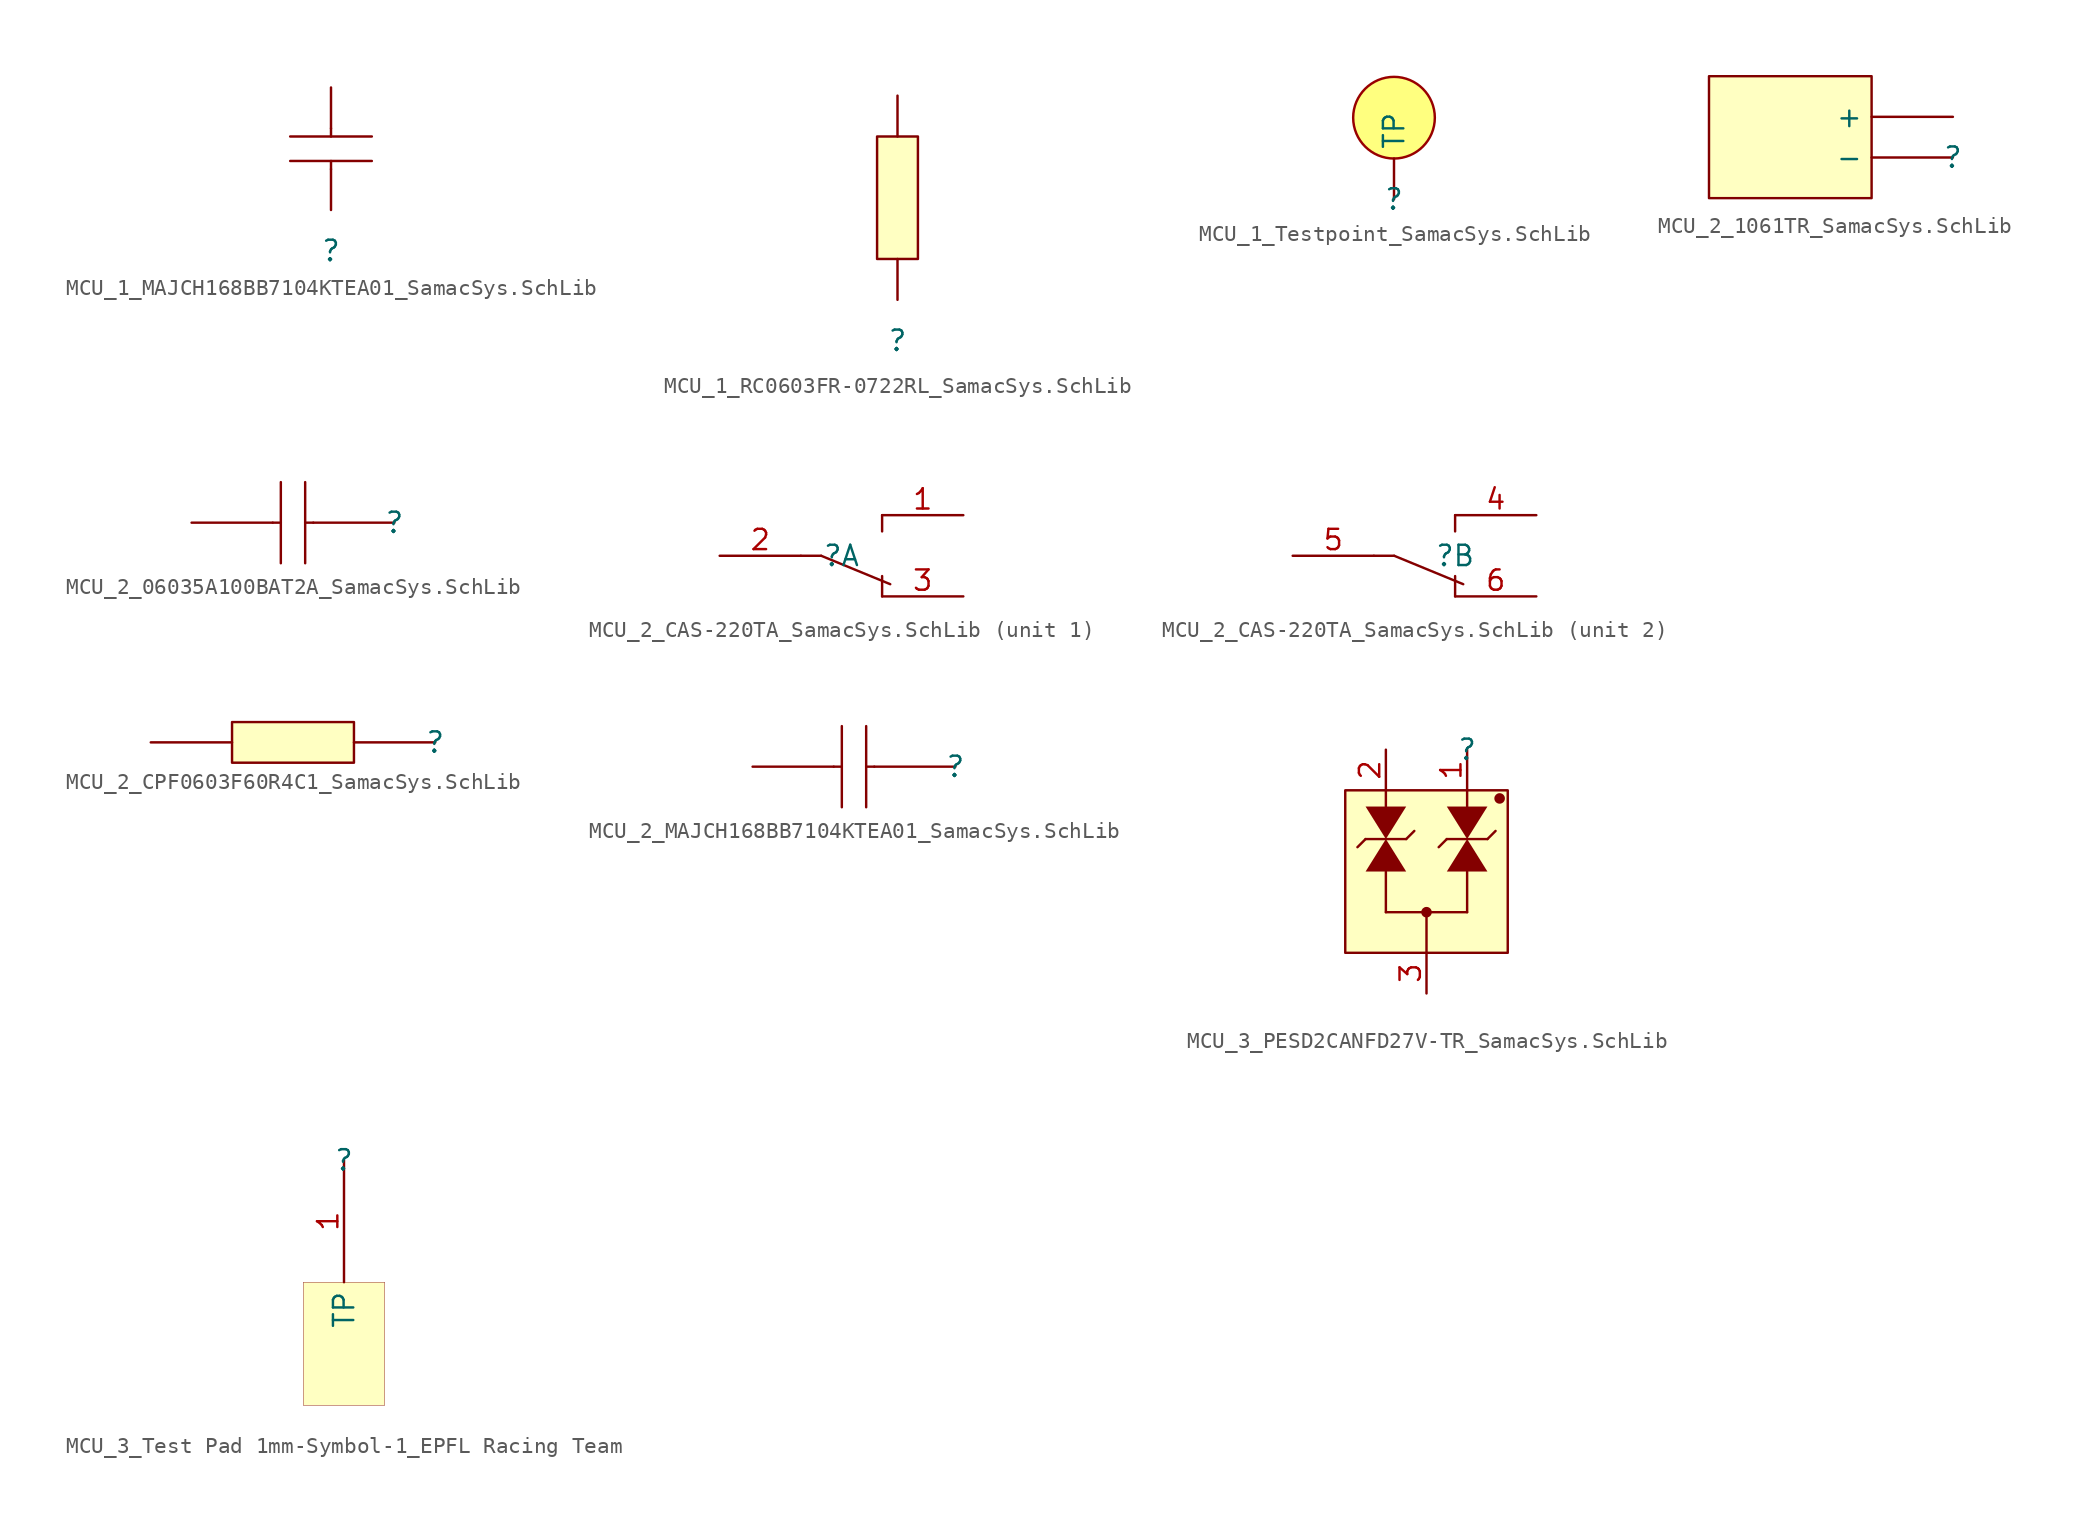
<source format=kicad_sym>
(kicad_symbol_lib
  (version 20241209)
  (generator "kicad_symbol_editor")
  (generator_version "9.0")
  (symbol "MCU_1_MAJCH168BB7104KTEA01_SamacSys.SchLib"
    (pin_numbers
      (hide yes))
    (pin_names
      (hide yes))
    (property "Reference" ""
      (at 0 0 0)
      (effects (font (size 1.27 1.27))))
    (property "Value" ""
      (at 0 0 0)
      (effects (font (size 1.27 1.27))))
    (symbol "MCU_1_MAJCH168BB7104KTEA01_SamacSys.SchLib_1_0"
      (polyline (pts (xy -2.54 7.112) (xy 2.54 7.112)) (stroke (width 0) (type solid)) (fill (type none)))
      (polyline (pts (xy -2.54 5.588) (xy 2.54 5.588)) (stroke (width 0) (type solid)) (fill (type none)))
      (polyline (pts (xy 0 7.112) (xy 0 7.62)) (stroke (width 0) (type solid)) (fill (type none)))
      (polyline (pts (xy 0 5.08) (xy 0 5.588)) (stroke (width 0) (type solid)) (fill (type none)))
      (pin passive line (at 0 10.16 270) (length 2.54) (name "2" (effects (font (size 1.27 1.27)))) (number "2" (effects (font (size 1.27 1.27)))))
      (pin passive line (at 0 2.54 90) (length 2.54) (name "1" (effects (font (size 1.27 1.27)))) (number "1" (effects (font (size 1.27 1.27)))))))
  (symbol "MCU_1_RC0603FR-0722RL_SamacSys.SchLib"
    (pin_numbers
      (hide yes))
    (pin_names
      (hide yes))
    (property "Reference" ""
      (at 0 0 0)
      (effects (font (size 1.27 1.27))))
    (property "Value" ""
      (at 0 0 0)
      (effects (font (size 1.27 1.27))))
    (symbol "MCU_1_RC0603FR-0722RL_SamacSys.SchLib_1_0"
      (rectangle (start 1.27 12.7) (end -1.27 5.08) (stroke (width 0) (type solid) (color 128 0 0 1)) (fill (type background)))
      (pin passive line (at 0 15.24 270) (length 2.54) (name "2" (effects (font (size 1.27 1.27)))) (number "2" (effects (font (size 1.27 1.27)))))
      (pin passive line (at 0 2.54 90) (length 2.54) (name "1" (effects (font (size 1.27 1.27)))) (number "1" (effects (font (size 1.27 1.27)))))))
  (symbol "MCU_1_Testpoint_SamacSys.SchLib"
    (pin_numbers
      (hide yes))
    (property "Reference" ""
      (at 0 0 0)
      (effects (font (size 1.27 1.27))))
    (property "Value" ""
      (at 0 0 0)
      (effects (font (size 1.27 1.27))))
    (symbol "MCU_1_Testpoint_SamacSys.SchLib_1_0"
      (circle (center 0 5.08) (radius 2.54) (stroke (width 0) (type solid) (color 152 0 0 1)) (fill (type color) (color 255 255 0 0.5)))
      (pin passive line (at 0 0 90) (length 2.54) (name "TP" (effects (font (size 1.27 1.27)))) (number "1" (effects (font (size 1.27 1.27)))))))
  (symbol "MCU_2_1061TR_SamacSys.SchLib"
    (pin_numbers
      (hide yes))
    (property "Reference" ""
      (at 0 0 0)
      (effects (font (size 1.27 1.27))))
    (property "Value" ""
      (at 0 0 0)
      (effects (font (size 1.27 1.27))))
    (symbol "MCU_2_1061TR_SamacSys.SchLib_1_0"
      (rectangle (start -5.08 5.08) (end -15.24 -2.54) (stroke (width 0) (type solid) (color 128 0 0 1)) (fill (type background)))
      (pin passive line (at 0 2.54 180) (length 5.08) (name "+" (effects (font (size 1.27 1.27)))) (number "1" (effects (font (size 1.27 1.27)))))
      (pin passive line (at 0 0 180) (length 5.08) (name "-" (effects (font (size 1.27 1.27)))) (number "2" (effects (font (size 1.27 1.27)))))))
  (symbol "MCU_2_06035A100BAT2A_SamacSys.SchLib"
    (pin_numbers
      (hide yes))
    (pin_names
      (hide yes))
    (property "Reference" ""
      (at 0 0 0)
      (effects (font (size 1.27 1.27))))
    (property "Value" ""
      (at 0 0 0)
      (effects (font (size 1.27 1.27))))
    (symbol "MCU_2_06035A100BAT2A_SamacSys.SchLib_1_0"
      (polyline (pts (xy -7.112 0) (xy -7.62 0)) (stroke (width 0) (type solid)) (fill (type none)))
      (polyline (pts (xy -7.112 -2.54) (xy -7.112 2.54)) (stroke (width 0) (type solid)) (fill (type none)))
      (polyline (pts (xy -5.588 -2.54) (xy -5.588 2.54)) (stroke (width 0) (type solid)) (fill (type none)))
      (polyline (pts (xy -5.08 0) (xy -5.588 0)) (stroke (width 0) (type solid)) (fill (type none)))
      (pin passive line (at -12.7 0 0) (length 5.08) (name "2" (effects (font (size 1.27 1.27)))) (number "2" (effects (font (size 1.27 1.27)))))
      (pin passive line (at 0 0 180) (length 5.08) (name "1" (effects (font (size 1.27 1.27)))) (number "1" (effects (font (size 1.27 1.27)))))))
  (symbol "MCU_2_CAS-220TA_SamacSys.SchLib"
    (pin_names
      (hide yes))
    (property "Reference" ""
      (at 0 0 0)
      (effects (font (size 1.27 1.27))))
    (property "Value" ""
      (at 0 0 0)
      (effects (font (size 1.27 1.27))))
    (symbol "MCU_2_CAS-220TA_SamacSys.SchLib_1_0"
      (polyline (pts (xy -1.27 0) (xy -2.54 0)) (stroke (width 0) (type solid)) (fill (type none)))
      (polyline (pts (xy 2.54 1.524) (xy 2.54 2.54)) (stroke (width 0) (type solid)) (fill (type none)))
      (polyline (pts (xy 2.54 -2.54) (xy 2.54 -1.27)) (stroke (width 0) (type solid)) (fill (type none)))
      (polyline (pts (xy 3.048 -1.778) (xy -1.27 0)) (stroke (width 0) (type solid)) (fill (type none)))
      (pin passive line (at -7.62 0 0) (length 5.08) (name "COM_1" (effects (font (size 1.27 1.27)))) (number "2" (effects (font (size 1.27 1.27)))))
      (pin passive line (at 7.62 2.54 180) (length 5.08) (name "NO_1" (effects (font (size 1.27 1.27)))) (number "1" (effects (font (size 1.27 1.27)))))
      (pin passive line (at 7.62 -2.54 180) (length 5.08) (name "NC_1" (effects (font (size 1.27 1.27)))) (number "3" (effects (font (size 1.27 1.27))))))
    (symbol "MCU_2_CAS-220TA_SamacSys.SchLib_2_0"
      (polyline (pts (xy -3.81 0) (xy -5.08 0)) (stroke (width 0) (type solid)) (fill (type none)))
      (polyline (pts (xy 0 1.524) (xy 0 2.54)) (stroke (width 0) (type solid)) (fill (type none)))
      (polyline (pts (xy 0 -2.54) (xy 0 -1.27)) (stroke (width 0) (type solid)) (fill (type none)))
      (polyline (pts (xy 0.508 -1.778) (xy -3.81 0)) (stroke (width 0) (type solid)) (fill (type none)))
      (pin passive line (at -10.16 0 0) (length 5.08) (name "COM_2" (effects (font (size 1.27 1.27)))) (number "5" (effects (font (size 1.27 1.27)))))
      (pin passive line (at 5.08 2.54 180) (length 5.08) (name "NO_2" (effects (font (size 1.27 1.27)))) (number "4" (effects (font (size 1.27 1.27)))))
      (pin passive line (at 5.08 -2.54 180) (length 5.08) (name "NC_2" (effects (font (size 1.27 1.27)))) (number "6" (effects (font (size 1.27 1.27)))))))
  (symbol "MCU_2_CPF0603F60R4C1_SamacSys.SchLib"
    (pin_numbers
      (hide yes))
    (pin_names
      (hide yes))
    (property "Reference" ""
      (at 0 0 0)
      (effects (font (size 1.27 1.27))))
    (property "Value" ""
      (at 0 0 0)
      (effects (font (size 1.27 1.27))))
    (symbol "MCU_2_CPF0603F60R4C1_SamacSys.SchLib_1_0"
      (rectangle (start -5.08 1.27) (end -12.7 -1.27) (stroke (width 0) (type solid) (color 128 0 0 1)) (fill (type background)))
      (pin passive line (at -17.78 0 0) (length 5.08) (name "2" (effects (font (size 1.27 1.27)))) (number "2" (effects (font (size 1.27 1.27)))))
      (pin passive line (at 0 0 180) (length 5.08) (name "1" (effects (font (size 1.27 1.27)))) (number "1" (effects (font (size 1.27 1.27)))))))
  (symbol "MCU_2_MAJCH168BB7104KTEA01_SamacSys.SchLib"
    (pin_numbers
      (hide yes))
    (pin_names
      (hide yes))
    (property "Reference" ""
      (at 0 0 0)
      (effects (font (size 1.27 1.27))))
    (property "Value" ""
      (at 0 0 0)
      (effects (font (size 1.27 1.27))))
    (symbol "MCU_2_MAJCH168BB7104KTEA01_SamacSys.SchLib_1_0"
      (polyline (pts (xy -7.112 0) (xy -7.62 0)) (stroke (width 0) (type solid)) (fill (type none)))
      (polyline (pts (xy -7.112 -2.54) (xy -7.112 2.54)) (stroke (width 0) (type solid)) (fill (type none)))
      (polyline (pts (xy -5.588 -2.54) (xy -5.588 2.54)) (stroke (width 0) (type solid)) (fill (type none)))
      (polyline (pts (xy -5.08 0) (xy -5.588 0)) (stroke (width 0) (type solid)) (fill (type none)))
      (pin passive line (at -12.7 0 0) (length 5.08) (name "2" (effects (font (size 1.27 1.27)))) (number "2" (effects (font (size 1.27 1.27)))))
      (pin passive line (at 0 0 180) (length 5.08) (name "1" (effects (font (size 1.27 1.27)))) (number "1" (effects (font (size 1.27 1.27)))))))
  (symbol "MCU_3_PESD2CANFD27V-TR_SamacSys.SchLib"
    (pin_names
      (hide yes))
    (property "Reference" ""
      (at 0 0 0)
      (effects (font (size 1.27 1.27))))
    (property "Value" ""
      (at 0 0 0)
      (effects (font (size 1.27 1.27))))
    (symbol "MCU_3_PESD2CANFD27V-TR_SamacSys.SchLib_1_0"
      (polyline (pts (xy -6.858 -6.096) (xy -6.35 -5.588)) (stroke (width 0) (type solid)) (fill (type none)))
      (polyline (pts (xy -6.35 -3.556) (xy -3.81 -3.556) (xy -6.35 -3.556) (xy -5.08 -5.588) (xy -3.81 -3.556) (xy -6.35 -3.556)) (stroke (width -0.0001) (type solid)) (fill (type outline)))
      (polyline (pts (xy -5.08 -3.556) (xy -5.08 -2.54)) (stroke (width 0) (type solid)) (fill (type none)))
      (polyline (pts (xy -5.08 -10.16) (xy -5.08 -7.62)) (stroke (width 0) (type solid)) (fill (type none)))
      (polyline (pts (xy -5.08 -10.16) (xy 0 -10.16)) (stroke (width 0) (type solid)) (fill (type none)))
      (polyline (pts (xy -3.81 -5.588) (xy -6.35 -5.588)) (stroke (width 0) (type solid)) (fill (type none)))
      (polyline (pts (xy -3.81 -5.588) (xy -3.302 -5.08)) (stroke (width 0) (type solid)) (fill (type none)))
      (polyline (pts (xy -3.81 -7.62) (xy -6.35 -7.62) (xy -3.81 -7.62) (xy -5.08 -5.588) (xy -6.35 -7.62) (xy -3.81 -7.62)) (stroke (width -0.0001) (type solid)) (fill (type outline)))
      (circle (center -2.54 -10.16) (radius 0.254) (stroke (width 0) (type solid)) (fill (type outline)))
      (polyline (pts (xy -2.54 -12.7) (xy -2.54 -10.16)) (stroke (width 0) (type solid)) (fill (type none)))
      (polyline (pts (xy -1.778 -6.096) (xy -1.27 -5.588)) (stroke (width 0) (type solid)) (fill (type none)))
      (polyline (pts (xy -1.27 -3.556) (xy 1.27 -3.556) (xy -1.27 -3.556) (xy 0 -5.588) (xy 1.27 -3.556) (xy -1.27 -3.556)) (stroke (width -0.0001) (type solid)) (fill (type outline)))
      (polyline (pts (xy 0 -2.54) (xy 0 -3.556)) (stroke (width 0) (type solid)) (fill (type none)))
      (polyline (pts (xy 0 -7.62) (xy 0 -10.16)) (stroke (width 0) (type solid)) (fill (type none)))
      (polyline (pts (xy 1.27 -5.588) (xy -1.27 -5.588)) (stroke (width 0) (type solid)) (fill (type none)))
      (polyline (pts (xy 1.27 -5.588) (xy 1.778 -5.08)) (stroke (width 0) (type solid)) (fill (type none)))
      (polyline (pts (xy 1.27 -7.62) (xy -1.27 -7.62) (xy 1.27 -7.62) (xy 0 -5.588) (xy -1.27 -7.62) (xy 1.27 -7.62)) (stroke (width -0.0001) (type solid)) (fill (type outline)))
      (circle (center 2.032 -3.048) (radius 0.254) (stroke (width 0) (type solid)) (fill (type outline)))
      (rectangle (start 2.54 -2.54) (end -7.62 -12.7) (stroke (width 0) (type solid) (color 128 0 0 1)) (fill (type background)))
      (pin passive line (at -5.08 0 270) (length 2.54) (name "K2" (effects (font (size 1.27 1.27)))) (number "2" (effects (font (size 1.27 1.27)))))
      (pin passive line (at -2.54 -15.24 90) (length 2.54) (name "A" (effects (font (size 1.27 1.27)))) (number "3" (effects (font (size 1.27 1.27)))))
      (pin passive line (at 0 0 270) (length 2.54) (name "K1" (effects (font (size 1.27 1.27)))) (number "1" (effects (font (size 1.27 1.27)))))))
  (symbol "MCU_3_Test Pad 1mm-Symbol-1_EPFL Racing Team"
    (property "Reference" ""
      (at 0 0 0)
      (effects (font (size 1.27 1.27))))
    (property "Value" ""
      (at 0 0 0)
      (effects (font (size 1.27 1.27))))
    (symbol "MCU_3_Test Pad 1mm-Symbol-1_EPFL Racing Team_1_0"
      (rectangle (start 2.54 -7.62) (end -2.54 -15.316) (stroke (width 0.025) (type solid) (color 128 0 0 1)) (fill (type background)))
      (pin passive line (at 0 0 270) (length 7.62) (name "TP" (effects (font (size 1.27 1.27)))) (number "1" (effects (font (size 1.27 1.27))))))))
</source>
